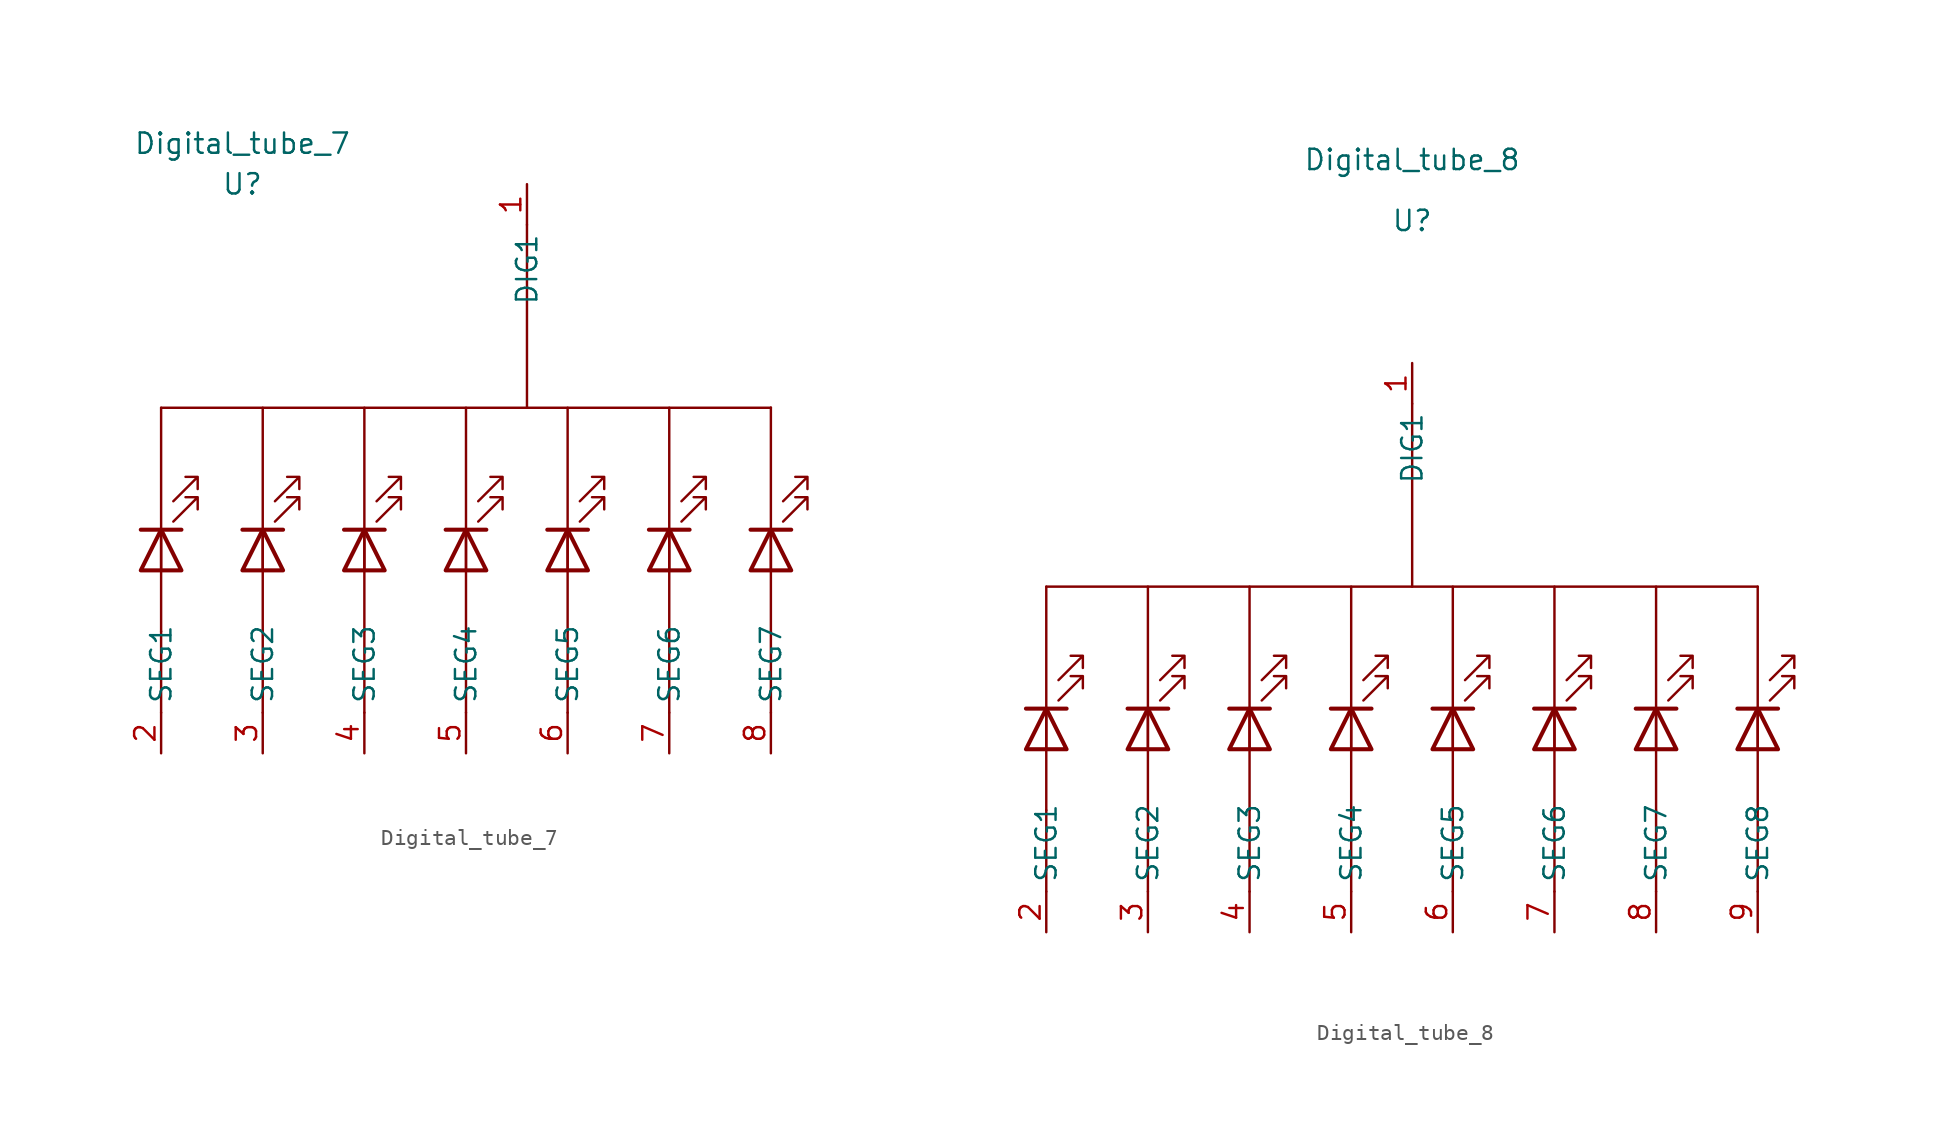
<source format=kicad_sym>
(kicad_symbol_lib
  (version 20211014)
  (generator kicad_symbol_editor)
  (symbol "Digital_tube_7"
    (property "Reference" "U"
      (at -134.62 62.23 0)
      (effects (font (size 1.27 1.27))))
    (property "Value" "Digital_tube_7"
      (at -134.62 64.77 0)
      (effects (font (size 1.27 1.27))))
    (symbol "Digital_tube_7_0_0"
      (polyline (pts (xy -139.7 34.29) (xy -139.7 29.21)) (stroke (width 0) (type default) (color 0 0 0 0)) (fill (type none)))
      (polyline (pts (xy -139.7 34.29) (xy -139.7 48.26)) (stroke (width 0) (type default) (color 0 0 0 0)) (fill (type none)))
      (polyline (pts (xy -133.35 34.29) (xy -133.35 29.21)) (stroke (width 0) (type default) (color 0 0 0 0)) (fill (type none)))
      (polyline (pts (xy -133.35 34.29) (xy -133.35 48.26)) (stroke (width 0) (type default) (color 0 0 0 0)) (fill (type none)))
      (polyline (pts (xy -127 34.29) (xy -127 29.21)) (stroke (width 0) (type default) (color 0 0 0 0)) (fill (type none)))
      (polyline (pts (xy -127 34.29) (xy -127 48.26)) (stroke (width 0) (type default) (color 0 0 0 0)) (fill (type none)))
      (polyline (pts (xy -120.65 34.29) (xy -120.65 29.21)) (stroke (width 0) (type default) (color 0 0 0 0)) (fill (type none)))
      (polyline (pts (xy -120.65 34.29) (xy -120.65 48.26)) (stroke (width 0) (type default) (color 0 0 0 0)) (fill (type none)))
      (polyline (pts (xy -116.84 48.26) (xy -116.84 59.69)) (stroke (width 0) (type default) (color 0 0 0 0)) (fill (type none)))
      (polyline (pts (xy -114.3 34.29) (xy -114.3 29.21)) (stroke (width 0) (type default) (color 0 0 0 0)) (fill (type none)))
      (polyline (pts (xy -114.3 34.29) (xy -114.3 48.26)) (stroke (width 0) (type default) (color 0 0 0 0)) (fill (type none)))
      (polyline (pts (xy -107.95 34.29) (xy -107.95 29.21)) (stroke (width 0) (type default) (color 0 0 0 0)) (fill (type none)))
      (polyline (pts (xy -107.95 34.29) (xy -107.95 48.26)) (stroke (width 0) (type default) (color 0 0 0 0)) (fill (type none)))
      (polyline (pts (xy -101.6 34.29) (xy -101.6 29.21)) (stroke (width 0) (type default) (color 0 0 0 0)) (fill (type none)))
      (polyline (pts (xy -101.6 34.29) (xy -101.6 48.26)) (stroke (width 0) (type default) (color 0 0 0 0)) (fill (type none)))
      (pin input line (at -116.84 62.23 270) (length 2.54) (name "DIG1" (effects (font (size 1.27 1.27)))) (number "1" (effects (font (size 1.27 1.27)))))
      (pin input line (at -139.7 26.67 90) (length 2.54) (name "SEG1" (effects (font (size 1.27 1.27)))) (number "2" (effects (font (size 1.27 1.27)))))
      (pin input line (at -133.35 26.67 90) (length 2.54) (name "SEG2" (effects (font (size 1.27 1.27)))) (number "3" (effects (font (size 1.27 1.27)))))
      (pin input line (at -127 26.67 90) (length 2.54) (name "SEG3" (effects (font (size 1.27 1.27)))) (number "4" (effects (font (size 1.27 1.27)))))
      (pin input line (at -120.65 26.67 90) (length 2.54) (name "SEG4" (effects (font (size 1.27 1.27)))) (number "5" (effects (font (size 1.27 1.27)))))
      (pin input line (at -114.3 26.67 90) (length 2.54) (name "SEG5" (effects (font (size 1.27 1.27)))) (number "6" (effects (font (size 1.27 1.27)))))
      (pin input line (at -107.95 26.67 90) (length 2.54) (name "SEG6" (effects (font (size 1.27 1.27)))) (number "7" (effects (font (size 1.27 1.27)))))
      (pin input line (at -101.6 26.67 90) (length 2.54) (name "SEG7" (effects (font (size 1.27 1.27)))) (number "8" (effects (font (size 1.27 1.27))))))
    (symbol "Digital_tube_7_0_1"
      (polyline (pts (xy -139.7 40.64) (xy -139.7 38.1)) (stroke (width 0) (type default) (color 0 0 0 0)) (fill (type none)))
      (polyline (pts (xy -139.7 48.26) (xy -101.6 48.26)) (stroke (width 0) (type default) (color 0 0 0 0)) (fill (type none)))
      (polyline (pts (xy -138.43 40.64) (xy -140.97 40.64)) (stroke (width 0.254) (type default) (color 0 0 0 0)) (fill (type none)))
      (polyline (pts (xy -133.35 40.64) (xy -133.35 38.1)) (stroke (width 0) (type default) (color 0 0 0 0)) (fill (type none)))
      (polyline (pts (xy -132.08 40.64) (xy -134.62 40.64)) (stroke (width 0.254) (type default) (color 0 0 0 0)) (fill (type none)))
      (polyline (pts (xy -127 40.64) (xy -127 38.1)) (stroke (width 0) (type default) (color 0 0 0 0)) (fill (type none)))
      (polyline (pts (xy -125.73 40.64) (xy -128.27 40.64)) (stroke (width 0.254) (type default) (color 0 0 0 0)) (fill (type none)))
      (polyline (pts (xy -120.65 40.64) (xy -120.65 38.1)) (stroke (width 0) (type default) (color 0 0 0 0)) (fill (type none)))
      (polyline (pts (xy -119.38 40.64) (xy -121.92 40.64)) (stroke (width 0.254) (type default) (color 0 0 0 0)) (fill (type none)))
      (polyline (pts (xy -114.3 40.64) (xy -114.3 38.1)) (stroke (width 0) (type default) (color 0 0 0 0)) (fill (type none)))
      (polyline (pts (xy -113.03 40.64) (xy -115.57 40.64)) (stroke (width 0.254) (type default) (color 0 0 0 0)) (fill (type none)))
      (polyline (pts (xy -107.95 40.64) (xy -107.95 38.1)) (stroke (width 0) (type default) (color 0 0 0 0)) (fill (type none)))
      (polyline (pts (xy -106.68 40.64) (xy -109.22 40.64)) (stroke (width 0.254) (type default) (color 0 0 0 0)) (fill (type none)))
      (polyline (pts (xy -101.6 40.64) (xy -101.6 38.1)) (stroke (width 0) (type default) (color 0 0 0 0)) (fill (type none)))
      (polyline (pts (xy -101.6 48.26) (xy -101.6 48.26)) (stroke (width 0) (type default) (color 0 0 0 0)) (fill (type none)))
      (polyline (pts (xy -100.33 40.64) (xy -102.87 40.64)) (stroke (width 0.254) (type default) (color 0 0 0 0)) (fill (type none)))
      (polyline (pts (xy -138.43 38.1) (xy -140.97 38.1) (xy -139.7 40.64) (xy -138.43 38.1)) (stroke (width 0.254) (type default) (color 0 0 0 0)) (fill (type none)))
      (polyline (pts (xy -132.08 38.1) (xy -134.62 38.1) (xy -133.35 40.64) (xy -132.08 38.1)) (stroke (width 0.254) (type default) (color 0 0 0 0)) (fill (type none)))
      (polyline (pts (xy -125.73 38.1) (xy -128.27 38.1) (xy -127 40.64) (xy -125.73 38.1)) (stroke (width 0.254) (type default) (color 0 0 0 0)) (fill (type none)))
      (polyline (pts (xy -119.38 38.1) (xy -121.92 38.1) (xy -120.65 40.64) (xy -119.38 38.1)) (stroke (width 0.254) (type default) (color 0 0 0 0)) (fill (type none)))
      (polyline (pts (xy -113.03 38.1) (xy -115.57 38.1) (xy -114.3 40.64) (xy -113.03 38.1)) (stroke (width 0.254) (type default) (color 0 0 0 0)) (fill (type none)))
      (polyline (pts (xy -106.68 38.1) (xy -109.22 38.1) (xy -107.95 40.64) (xy -106.68 38.1)) (stroke (width 0.254) (type default) (color 0 0 0 0)) (fill (type none)))
      (polyline (pts (xy -100.33 38.1) (xy -102.87 38.1) (xy -101.6 40.64) (xy -100.33 38.1)) (stroke (width 0.254) (type default) (color 0 0 0 0)) (fill (type none)))
      (polyline (pts (xy -138.938 41.148) (xy -137.414 42.672) (xy -137.414 41.91) (xy -137.414 42.672) (xy -138.176 42.672)) (stroke (width 0) (type default) (color 0 0 0 0)) (fill (type none)))
      (polyline (pts (xy -138.938 42.418) (xy -137.414 43.942) (xy -137.414 43.18) (xy -137.414 43.942) (xy -138.176 43.942)) (stroke (width 0) (type default) (color 0 0 0 0)) (fill (type none)))
      (polyline (pts (xy -132.588 41.148) (xy -131.064 42.672) (xy -131.064 41.91) (xy -131.064 42.672) (xy -131.826 42.672)) (stroke (width 0) (type default) (color 0 0 0 0)) (fill (type none)))
      (polyline (pts (xy -132.588 42.418) (xy -131.064 43.942) (xy -131.064 43.18) (xy -131.064 43.942) (xy -131.826 43.942)) (stroke (width 0) (type default) (color 0 0 0 0)) (fill (type none)))
      (polyline (pts (xy -126.238 41.148) (xy -124.714 42.672) (xy -124.714 41.91) (xy -124.714 42.672) (xy -125.476 42.672)) (stroke (width 0) (type default) (color 0 0 0 0)) (fill (type none)))
      (polyline (pts (xy -126.238 42.418) (xy -124.714 43.942) (xy -124.714 43.18) (xy -124.714 43.942) (xy -125.476 43.942)) (stroke (width 0) (type default) (color 0 0 0 0)) (fill (type none)))
      (polyline (pts (xy -119.888 41.148) (xy -118.364 42.672) (xy -118.364 41.91) (xy -118.364 42.672) (xy -119.126 42.672)) (stroke (width 0) (type default) (color 0 0 0 0)) (fill (type none)))
      (polyline (pts (xy -119.888 42.418) (xy -118.364 43.942) (xy -118.364 43.18) (xy -118.364 43.942) (xy -119.126 43.942)) (stroke (width 0) (type default) (color 0 0 0 0)) (fill (type none)))
      (polyline (pts (xy -113.538 41.148) (xy -112.014 42.672) (xy -112.014 41.91) (xy -112.014 42.672) (xy -112.776 42.672)) (stroke (width 0) (type default) (color 0 0 0 0)) (fill (type none)))
      (polyline (pts (xy -113.538 42.418) (xy -112.014 43.942) (xy -112.014 43.18) (xy -112.014 43.942) (xy -112.776 43.942)) (stroke (width 0) (type default) (color 0 0 0 0)) (fill (type none)))
      (polyline (pts (xy -107.188 41.148) (xy -105.664 42.672) (xy -105.664 41.91) (xy -105.664 42.672) (xy -106.426 42.672)) (stroke (width 0) (type default) (color 0 0 0 0)) (fill (type none)))
      (polyline (pts (xy -107.188 42.418) (xy -105.664 43.942) (xy -105.664 43.18) (xy -105.664 43.942) (xy -106.426 43.942)) (stroke (width 0) (type default) (color 0 0 0 0)) (fill (type none)))
      (polyline (pts (xy -100.838 41.148) (xy -99.314 42.672) (xy -99.314 41.91) (xy -99.314 42.672) (xy -100.076 42.672)) (stroke (width 0) (type default) (color 0 0 0 0)) (fill (type none)))
      (polyline (pts (xy -100.838 42.418) (xy -99.314 43.942) (xy -99.314 43.18) (xy -99.314 43.942) (xy -100.076 43.942)) (stroke (width 0) (type default) (color 0 0 0 0)) (fill (type none)))))
  (symbol "Digital_tube_8"
    (property "Reference" "U"
      (at 0 5.08 0)
      (effects (font (size 1.27 1.27))))
    (property "Value" "Digital_tube_8"
      (at 0 8.89 0)
      (effects (font (size 1.27 1.27))))
    (symbol "Digital_tube_8_0_0"
      (polyline (pts (xy -22.86 -31.75) (xy -22.86 -36.83)) (stroke (width 0) (type default) (color 0 0 0 0)) (fill (type none)))
      (polyline (pts (xy -22.86 -31.75) (xy -22.86 -17.78)) (stroke (width 0) (type default) (color 0 0 0 0)) (fill (type none)))
      (polyline (pts (xy -22.86 -17.78) (xy 21.59 -17.78)) (stroke (width 0) (type default) (color 0 0 0 0)) (fill (type none)))
      (polyline (pts (xy -16.51 -31.75) (xy -16.51 -36.83)) (stroke (width 0) (type default) (color 0 0 0 0)) (fill (type none)))
      (polyline (pts (xy -16.51 -31.75) (xy -16.51 -17.78)) (stroke (width 0) (type default) (color 0 0 0 0)) (fill (type none)))
      (polyline (pts (xy -10.16 -31.75) (xy -10.16 -36.83)) (stroke (width 0) (type default) (color 0 0 0 0)) (fill (type none)))
      (polyline (pts (xy -10.16 -31.75) (xy -10.16 -17.78)) (stroke (width 0) (type default) (color 0 0 0 0)) (fill (type none)))
      (polyline (pts (xy -3.81 -31.75) (xy -3.81 -36.83)) (stroke (width 0) (type default) (color 0 0 0 0)) (fill (type none)))
      (polyline (pts (xy -3.81 -31.75) (xy -3.81 -17.78)) (stroke (width 0) (type default) (color 0 0 0 0)) (fill (type none)))
      (polyline (pts (xy 0 -17.78) (xy 0 -6.35)) (stroke (width 0) (type default) (color 0 0 0 0)) (fill (type none)))
      (polyline (pts (xy 2.54 -31.75) (xy 2.54 -36.83)) (stroke (width 0) (type default) (color 0 0 0 0)) (fill (type none)))
      (polyline (pts (xy 2.54 -31.75) (xy 2.54 -17.78)) (stroke (width 0) (type default) (color 0 0 0 0)) (fill (type none)))
      (polyline (pts (xy 8.89 -31.75) (xy 8.89 -36.83)) (stroke (width 0) (type default) (color 0 0 0 0)) (fill (type none)))
      (polyline (pts (xy 8.89 -31.75) (xy 8.89 -17.78)) (stroke (width 0) (type default) (color 0 0 0 0)) (fill (type none)))
      (polyline (pts (xy 15.24 -31.75) (xy 15.24 -36.83)) (stroke (width 0) (type default) (color 0 0 0 0)) (fill (type none)))
      (polyline (pts (xy 15.24 -31.75) (xy 15.24 -17.78)) (stroke (width 0) (type default) (color 0 0 0 0)) (fill (type none)))
      (polyline (pts (xy 21.59 -31.75) (xy 21.59 -36.83)) (stroke (width 0) (type default) (color 0 0 0 0)) (fill (type none)))
      (polyline (pts (xy 21.59 -31.75) (xy 21.59 -17.78)) (stroke (width 0) (type default) (color 0 0 0 0)) (fill (type none)))
      (pin input line (at 0 -3.81 270) (length 2.54) (name "DIG1" (effects (font (size 1.27 1.27)))) (number "1" (effects (font (size 1.27 1.27)))))
      (pin input line (at -22.86 -39.37 90) (length 2.54) (name "SEG1" (effects (font (size 1.27 1.27)))) (number "2" (effects (font (size 1.27 1.27)))))
      (pin input line (at -16.51 -39.37 90) (length 2.54) (name "SEG2" (effects (font (size 1.27 1.27)))) (number "3" (effects (font (size 1.27 1.27)))))
      (pin input line (at -10.16 -39.37 90) (length 2.54) (name "SEG3" (effects (font (size 1.27 1.27)))) (number "4" (effects (font (size 1.27 1.27)))))
      (pin input line (at -3.81 -39.37 90) (length 2.54) (name "SEG4" (effects (font (size 1.27 1.27)))) (number "5" (effects (font (size 1.27 1.27)))))
      (pin input line (at 2.54 -39.37 90) (length 2.54) (name "SEG5" (effects (font (size 1.27 1.27)))) (number "6" (effects (font (size 1.27 1.27)))))
      (pin input line (at 8.89 -39.37 90) (length 2.54) (name "SEG6" (effects (font (size 1.27 1.27)))) (number "7" (effects (font (size 1.27 1.27)))))
      (pin input line (at 15.24 -39.37 90) (length 2.54) (name "SEG7" (effects (font (size 1.27 1.27)))) (number "8" (effects (font (size 1.27 1.27)))))
      (pin input line (at 21.59 -39.37 90) (length 2.54) (name "SEG8" (effects (font (size 1.27 1.27)))) (number "9" (effects (font (size 1.27 1.27))))))
    (symbol "Digital_tube_8_0_1"
      (polyline (pts (xy -22.86 -25.4) (xy -22.86 -27.94)) (stroke (width 0) (type default) (color 0 0 0 0)) (fill (type none)))
      (polyline (pts (xy -21.59 -25.4) (xy -24.13 -25.4)) (stroke (width 0.254) (type default) (color 0 0 0 0)) (fill (type none)))
      (polyline (pts (xy -16.51 -25.4) (xy -16.51 -27.94)) (stroke (width 0) (type default) (color 0 0 0 0)) (fill (type none)))
      (polyline (pts (xy -15.24 -25.4) (xy -17.78 -25.4)) (stroke (width 0.254) (type default) (color 0 0 0 0)) (fill (type none)))
      (polyline (pts (xy -10.16 -25.4) (xy -10.16 -27.94)) (stroke (width 0) (type default) (color 0 0 0 0)) (fill (type none)))
      (polyline (pts (xy -8.89 -25.4) (xy -11.43 -25.4)) (stroke (width 0.254) (type default) (color 0 0 0 0)) (fill (type none)))
      (polyline (pts (xy -3.81 -25.4) (xy -3.81 -27.94)) (stroke (width 0) (type default) (color 0 0 0 0)) (fill (type none)))
      (polyline (pts (xy -2.54 -25.4) (xy -5.08 -25.4)) (stroke (width 0.254) (type default) (color 0 0 0 0)) (fill (type none)))
      (polyline (pts (xy 2.54 -25.4) (xy 2.54 -27.94)) (stroke (width 0) (type default) (color 0 0 0 0)) (fill (type none)))
      (polyline (pts (xy 3.81 -25.4) (xy 1.27 -25.4)) (stroke (width 0.254) (type default) (color 0 0 0 0)) (fill (type none)))
      (polyline (pts (xy 8.89 -25.4) (xy 8.89 -27.94)) (stroke (width 0) (type default) (color 0 0 0 0)) (fill (type none)))
      (polyline (pts (xy 10.16 -25.4) (xy 7.62 -25.4)) (stroke (width 0.254) (type default) (color 0 0 0 0)) (fill (type none)))
      (polyline (pts (xy 15.24 -25.4) (xy 15.24 -27.94)) (stroke (width 0) (type default) (color 0 0 0 0)) (fill (type none)))
      (polyline (pts (xy 16.51 -25.4) (xy 13.97 -25.4)) (stroke (width 0.254) (type default) (color 0 0 0 0)) (fill (type none)))
      (polyline (pts (xy 21.59 -25.4) (xy 21.59 -27.94)) (stroke (width 0) (type default) (color 0 0 0 0)) (fill (type none)))
      (polyline (pts (xy 22.86 -25.4) (xy 20.32 -25.4)) (stroke (width 0.254) (type default) (color 0 0 0 0)) (fill (type none)))
      (polyline (pts (xy -21.59 -27.94) (xy -24.13 -27.94) (xy -22.86 -25.4) (xy -21.59 -27.94)) (stroke (width 0.254) (type default) (color 0 0 0 0)) (fill (type none)))
      (polyline (pts (xy -15.24 -27.94) (xy -17.78 -27.94) (xy -16.51 -25.4) (xy -15.24 -27.94)) (stroke (width 0.254) (type default) (color 0 0 0 0)) (fill (type none)))
      (polyline (pts (xy -8.89 -27.94) (xy -11.43 -27.94) (xy -10.16 -25.4) (xy -8.89 -27.94)) (stroke (width 0.254) (type default) (color 0 0 0 0)) (fill (type none)))
      (polyline (pts (xy -2.54 -27.94) (xy -5.08 -27.94) (xy -3.81 -25.4) (xy -2.54 -27.94)) (stroke (width 0.254) (type default) (color 0 0 0 0)) (fill (type none)))
      (polyline (pts (xy 3.81 -27.94) (xy 1.27 -27.94) (xy 2.54 -25.4) (xy 3.81 -27.94)) (stroke (width 0.254) (type default) (color 0 0 0 0)) (fill (type none)))
      (polyline (pts (xy 10.16 -27.94) (xy 7.62 -27.94) (xy 8.89 -25.4) (xy 10.16 -27.94)) (stroke (width 0.254) (type default) (color 0 0 0 0)) (fill (type none)))
      (polyline (pts (xy 16.51 -27.94) (xy 13.97 -27.94) (xy 15.24 -25.4) (xy 16.51 -27.94)) (stroke (width 0.254) (type default) (color 0 0 0 0)) (fill (type none)))
      (polyline (pts (xy 22.86 -27.94) (xy 20.32 -27.94) (xy 21.59 -25.4) (xy 22.86 -27.94)) (stroke (width 0.254) (type default) (color 0 0 0 0)) (fill (type none)))
      (polyline (pts (xy -22.098 -24.892) (xy -20.574 -23.368) (xy -20.574 -24.13) (xy -20.574 -23.368) (xy -21.336 -23.368)) (stroke (width 0) (type default) (color 0 0 0 0)) (fill (type none)))
      (polyline (pts (xy -22.098 -23.622) (xy -20.574 -22.098) (xy -20.574 -22.86) (xy -20.574 -22.098) (xy -21.336 -22.098)) (stroke (width 0) (type default) (color 0 0 0 0)) (fill (type none)))
      (polyline (pts (xy -15.748 -24.892) (xy -14.224 -23.368) (xy -14.224 -24.13) (xy -14.224 -23.368) (xy -14.986 -23.368)) (stroke (width 0) (type default) (color 0 0 0 0)) (fill (type none)))
      (polyline (pts (xy -15.748 -23.622) (xy -14.224 -22.098) (xy -14.224 -22.86) (xy -14.224 -22.098) (xy -14.986 -22.098)) (stroke (width 0) (type default) (color 0 0 0 0)) (fill (type none)))
      (polyline (pts (xy -9.398 -24.892) (xy -7.874 -23.368) (xy -7.874 -24.13) (xy -7.874 -23.368) (xy -8.636 -23.368)) (stroke (width 0) (type default) (color 0 0 0 0)) (fill (type none)))
      (polyline (pts (xy -9.398 -23.622) (xy -7.874 -22.098) (xy -7.874 -22.86) (xy -7.874 -22.098) (xy -8.636 -22.098)) (stroke (width 0) (type default) (color 0 0 0 0)) (fill (type none)))
      (polyline (pts (xy -3.048 -24.892) (xy -1.524 -23.368) (xy -1.524 -24.13) (xy -1.524 -23.368) (xy -2.286 -23.368)) (stroke (width 0) (type default) (color 0 0 0 0)) (fill (type none)))
      (polyline (pts (xy -3.048 -23.622) (xy -1.524 -22.098) (xy -1.524 -22.86) (xy -1.524 -22.098) (xy -2.286 -22.098)) (stroke (width 0) (type default) (color 0 0 0 0)) (fill (type none)))
      (polyline (pts (xy 3.302 -24.892) (xy 4.826 -23.368) (xy 4.826 -24.13) (xy 4.826 -23.368) (xy 4.064 -23.368)) (stroke (width 0) (type default) (color 0 0 0 0)) (fill (type none)))
      (polyline (pts (xy 3.302 -23.622) (xy 4.826 -22.098) (xy 4.826 -22.86) (xy 4.826 -22.098) (xy 4.064 -22.098)) (stroke (width 0) (type default) (color 0 0 0 0)) (fill (type none)))
      (polyline (pts (xy 9.652 -24.892) (xy 11.176 -23.368) (xy 11.176 -24.13) (xy 11.176 -23.368) (xy 10.414 -23.368)) (stroke (width 0) (type default) (color 0 0 0 0)) (fill (type none)))
      (polyline (pts (xy 9.652 -23.622) (xy 11.176 -22.098) (xy 11.176 -22.86) (xy 11.176 -22.098) (xy 10.414 -22.098)) (stroke (width 0) (type default) (color 0 0 0 0)) (fill (type none)))
      (polyline (pts (xy 16.002 -24.892) (xy 17.526 -23.368) (xy 17.526 -24.13) (xy 17.526 -23.368) (xy 16.764 -23.368)) (stroke (width 0) (type default) (color 0 0 0 0)) (fill (type none)))
      (polyline (pts (xy 16.002 -23.622) (xy 17.526 -22.098) (xy 17.526 -22.86) (xy 17.526 -22.098) (xy 16.764 -22.098)) (stroke (width 0) (type default) (color 0 0 0 0)) (fill (type none)))
      (polyline (pts (xy 22.352 -24.892) (xy 23.876 -23.368) (xy 23.876 -24.13) (xy 23.876 -23.368) (xy 23.114 -23.368)) (stroke (width 0) (type default) (color 0 0 0 0)) (fill (type none)))
      (polyline (pts (xy 22.352 -23.622) (xy 23.876 -22.098) (xy 23.876 -22.86) (xy 23.876 -22.098) (xy 23.114 -22.098)) (stroke (width 0) (type default) (color 0 0 0 0)) (fill (type none))))))
</source>
